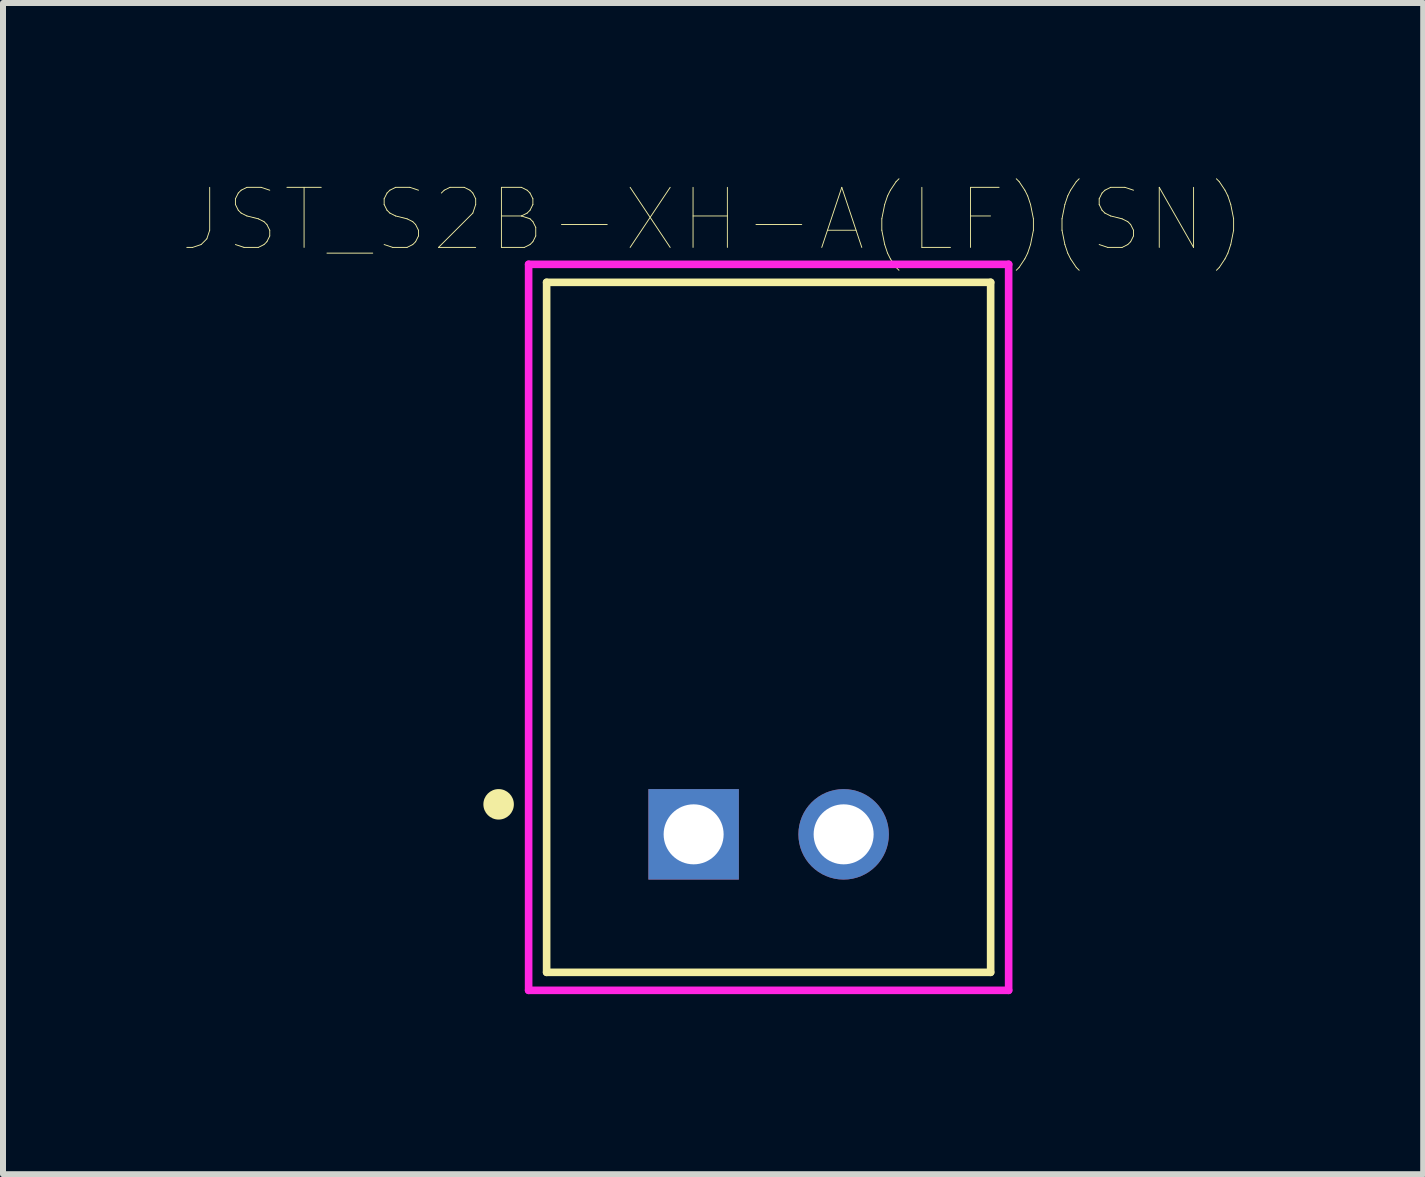
<source format=kicad_pcb>
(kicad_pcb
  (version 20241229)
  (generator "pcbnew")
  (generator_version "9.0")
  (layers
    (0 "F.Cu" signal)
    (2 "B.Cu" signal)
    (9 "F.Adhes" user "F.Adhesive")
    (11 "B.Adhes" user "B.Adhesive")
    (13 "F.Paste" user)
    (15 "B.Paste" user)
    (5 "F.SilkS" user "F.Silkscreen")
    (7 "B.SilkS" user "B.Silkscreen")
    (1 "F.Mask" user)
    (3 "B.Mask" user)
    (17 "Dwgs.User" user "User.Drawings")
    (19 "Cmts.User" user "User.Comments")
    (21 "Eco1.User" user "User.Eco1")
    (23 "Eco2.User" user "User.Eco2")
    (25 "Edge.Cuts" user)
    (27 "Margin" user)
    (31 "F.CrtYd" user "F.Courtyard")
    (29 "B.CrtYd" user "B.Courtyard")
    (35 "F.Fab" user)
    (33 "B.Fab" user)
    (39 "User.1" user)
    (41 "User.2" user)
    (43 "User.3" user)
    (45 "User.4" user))
  (footprint "JST_S2B-XH-A(LF)(SN)"
    (layer "F.Cu")
    (at 9.76 10.855)
    (property "Reference" "JST_S2B-XH-A(LF)(SN)" (at -0.926 -10.244 0) (layer "F.SilkS") (effects (font (size 1.001 1.001) (thickness 0.015))))
    (attr through_hole)
    (fp_line (start -3.7 -9.2) (end 3.7 -9.2) (stroke (width 0.127) (type solid)) (layer "F.SilkS"))
    (fp_line (start -3.7 2.3) (end -3.7 -9.2) (stroke (width 0.127) (type solid)) (layer "F.SilkS"))
    (fp_line (start 3.7 -9.2) (end 3.7 2.3) (stroke (width 0.127) (type solid)) (layer "F.SilkS"))
    (fp_line (start 3.7 2.3) (end -3.7 2.3) (stroke (width 0.127) (type solid)) (layer "F.SilkS"))
    (fp_circle (center -4.5 -0.5) (end -4.246 -0.5) (stroke (width 0) (type solid)) (fill yes) (layer "F.SilkS"))
    (fp_line (start -4 -9.5) (end 4 -9.5) (stroke (width 0.127) (type solid)) (layer "F.CrtYd"))
    (fp_line (start -4 2.6) (end -4 -9.5) (stroke (width 0.127) (type solid)) (layer "F.CrtYd"))
    (fp_line (start 4 -9.5) (end 4 2.6) (stroke (width 0.127) (type solid)) (layer "F.CrtYd"))
    (fp_line (start 4 2.6) (end -4 2.6) (stroke (width 0.127) (type solid)) (layer "F.CrtYd"))
    (pad "1" thru_hole rect (at -1.25 0) (size 1.508 1.508) (drill 1) (layers "*.Cu" "*.Mask"))
    (pad "2" thru_hole circle (at 1.25 0) (size 1.508 1.508) (drill 1) (layers "*.Cu" "*.Mask")))
  (gr_rect
    (start -3 -3)
    (end 20.669 16.519)
    (stroke (width 0.1) (type default))
    (fill no)
    (layer "Edge.Cuts")))
</source>
